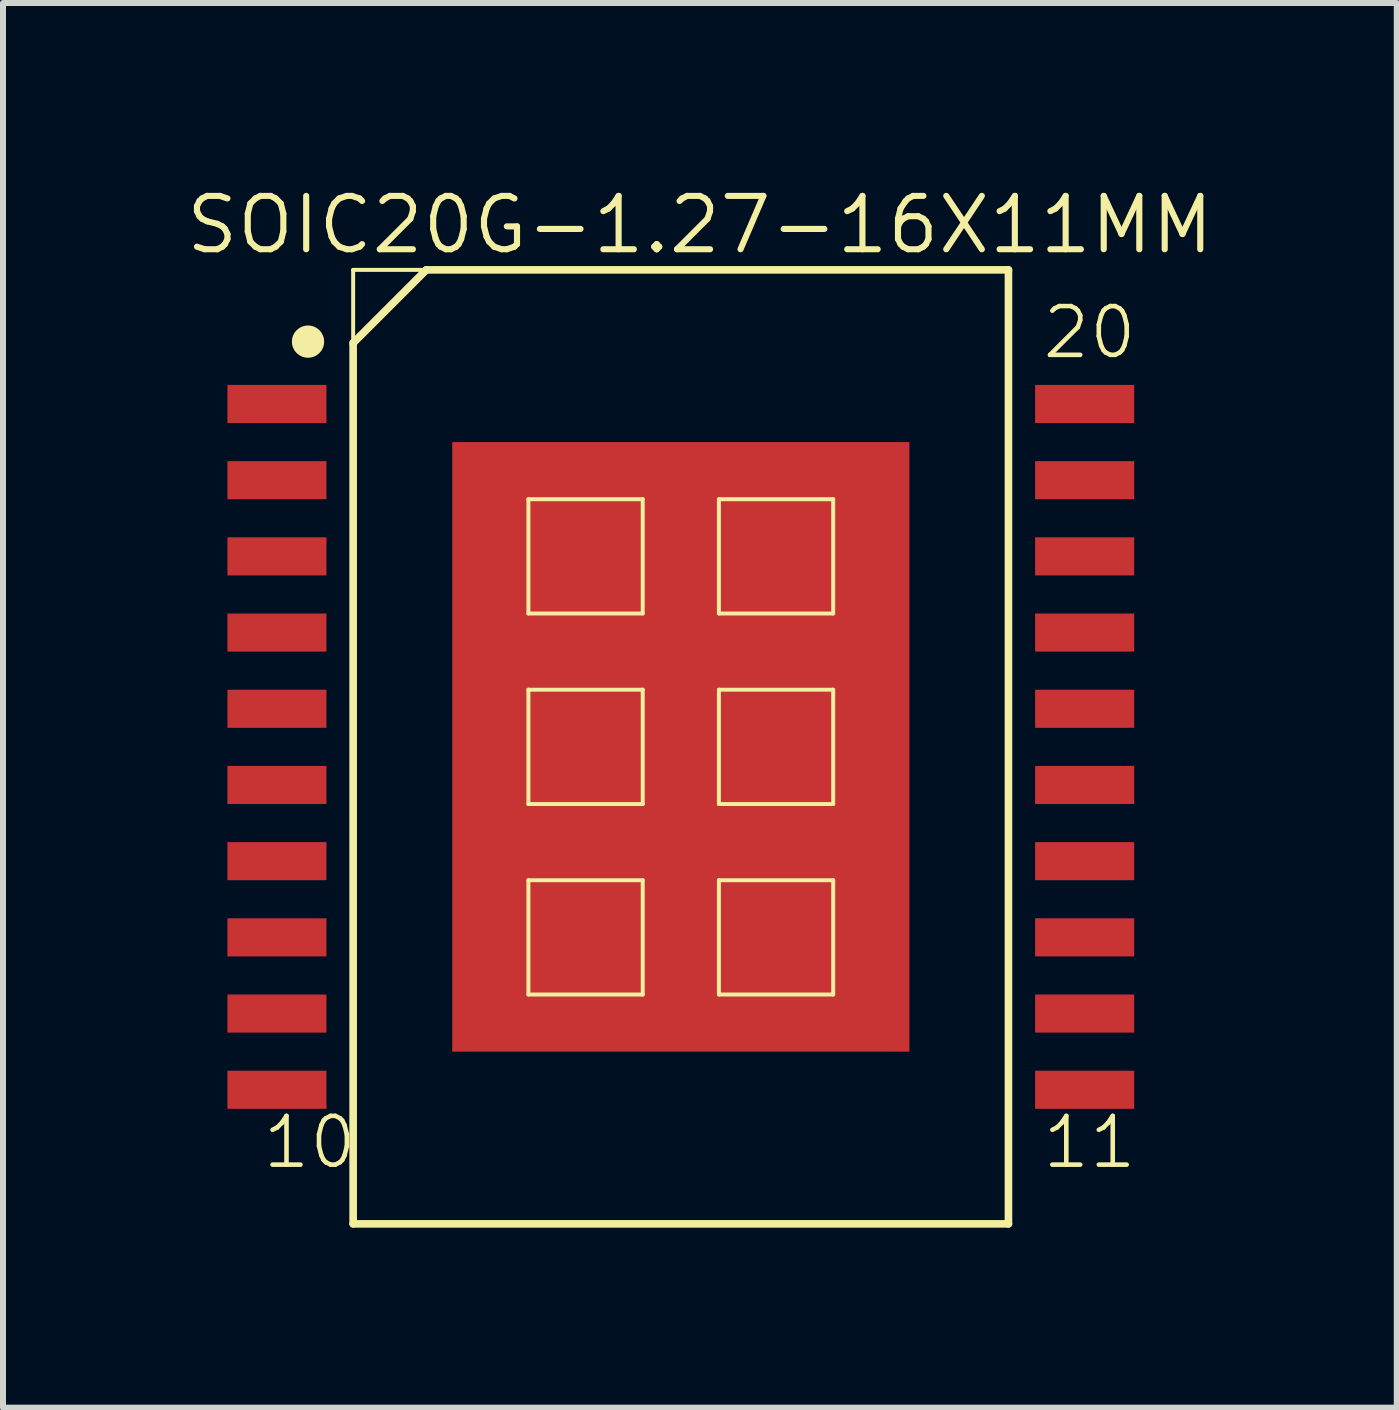
<source format=kicad_pcb>
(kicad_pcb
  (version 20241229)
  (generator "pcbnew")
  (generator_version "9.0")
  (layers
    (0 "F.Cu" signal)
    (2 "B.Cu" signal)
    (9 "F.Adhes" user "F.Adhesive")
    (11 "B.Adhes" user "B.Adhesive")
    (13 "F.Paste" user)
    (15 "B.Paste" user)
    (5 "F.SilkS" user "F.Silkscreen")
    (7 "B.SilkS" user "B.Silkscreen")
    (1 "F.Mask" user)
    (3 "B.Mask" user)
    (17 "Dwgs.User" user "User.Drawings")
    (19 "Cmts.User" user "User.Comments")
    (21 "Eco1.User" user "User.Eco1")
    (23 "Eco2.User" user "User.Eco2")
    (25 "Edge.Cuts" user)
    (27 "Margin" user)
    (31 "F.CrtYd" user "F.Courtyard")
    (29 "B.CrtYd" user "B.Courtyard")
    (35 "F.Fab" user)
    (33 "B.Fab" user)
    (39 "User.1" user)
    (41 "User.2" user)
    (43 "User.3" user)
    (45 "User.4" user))
  (footprint "SOIC20G-1.27-16X11MM"
    (layer "F.Cu")
    (at 8.297 9.398)
    (property "Reference" "SOIC20G-1.27-16X11MM" (at 0.318 -8.7 0) (layer "F.SilkS") (effects (font (size 0.889 0.889) (thickness 0.102))))
    (attr smd)
    (fp_line (start -5.461 -7.95) (end 5.461 -7.95) (stroke (width 0.066) (type solid)) (layer "F.SilkS"))
    (fp_line (start -5.461 -6.731) (end -5.461 7.95) (stroke (width 0.127) (type solid)) (layer "F.SilkS"))
    (fp_line (start -5.461 -6.731) (end -4.242 -7.95) (stroke (width 0.127) (type solid)) (layer "F.SilkS"))
    (fp_line (start -5.461 7.95) (end -5.461 -7.95) (stroke (width 0.066) (type solid)) (layer "F.SilkS"))
    (fp_line (start -5.461 7.95) (end 5.461 7.95) (stroke (width 0.066) (type solid)) (layer "F.SilkS"))
    (fp_line (start -5.461 7.95) (end 5.461 7.95) (stroke (width 0.127) (type solid)) (layer "F.SilkS"))
    (fp_line (start -2.54 -4.128) (end -0.635 -4.128) (stroke (width 0.066) (type solid)) (layer "F.SilkS"))
    (fp_line (start -2.54 -2.223) (end -2.54 -4.128) (stroke (width 0.066) (type solid)) (layer "F.SilkS"))
    (fp_line (start -2.54 -2.223) (end -0.635 -2.223) (stroke (width 0.066) (type solid)) (layer "F.SilkS"))
    (fp_line (start -2.54 -0.953) (end -0.635 -0.953) (stroke (width 0.066) (type solid)) (layer "F.SilkS"))
    (fp_line (start -2.54 0.953) (end -2.54 -0.953) (stroke (width 0.066) (type solid)) (layer "F.SilkS"))
    (fp_line (start -2.54 0.953) (end -0.635 0.953) (stroke (width 0.066) (type solid)) (layer "F.SilkS"))
    (fp_line (start -2.54 2.223) (end -0.635 2.223) (stroke (width 0.066) (type solid)) (layer "F.SilkS"))
    (fp_line (start -2.54 4.128) (end -2.54 2.223) (stroke (width 0.066) (type solid)) (layer "F.SilkS"))
    (fp_line (start -2.54 4.128) (end -0.635 4.128) (stroke (width 0.066) (type solid)) (layer "F.SilkS"))
    (fp_line (start -0.635 -2.223) (end -0.635 -4.128) (stroke (width 0.066) (type solid)) (layer "F.SilkS"))
    (fp_line (start -0.635 0.953) (end -0.635 -0.953) (stroke (width 0.066) (type solid)) (layer "F.SilkS"))
    (fp_line (start -0.635 4.128) (end -0.635 2.223) (stroke (width 0.066) (type solid)) (layer "F.SilkS"))
    (fp_line (start 0.635 -4.128) (end 2.54 -4.128) (stroke (width 0.066) (type solid)) (layer "F.SilkS"))
    (fp_line (start 0.635 -2.223) (end 0.635 -4.128) (stroke (width 0.066) (type solid)) (layer "F.SilkS"))
    (fp_line (start 0.635 -2.223) (end 2.54 -2.223) (stroke (width 0.066) (type solid)) (layer "F.SilkS"))
    (fp_line (start 0.635 -0.953) (end 2.54 -0.953) (stroke (width 0.066) (type solid)) (layer "F.SilkS"))
    (fp_line (start 0.635 0.953) (end 0.635 -0.953) (stroke (width 0.066) (type solid)) (layer "F.SilkS"))
    (fp_line (start 0.635 0.953) (end 2.54 0.953) (stroke (width 0.066) (type solid)) (layer "F.SilkS"))
    (fp_line (start 0.635 2.223) (end 2.54 2.223) (stroke (width 0.066) (type solid)) (layer "F.SilkS"))
    (fp_line (start 0.635 4.128) (end 0.635 2.223) (stroke (width 0.066) (type solid)) (layer "F.SilkS"))
    (fp_line (start 0.635 4.128) (end 2.54 4.128) (stroke (width 0.066) (type solid)) (layer "F.SilkS"))
    (fp_line (start 2.54 -2.223) (end 2.54 -4.128) (stroke (width 0.066) (type solid)) (layer "F.SilkS"))
    (fp_line (start 2.54 0.953) (end 2.54 -0.953) (stroke (width 0.066) (type solid)) (layer "F.SilkS"))
    (fp_line (start 2.54 4.128) (end 2.54 2.223) (stroke (width 0.066) (type solid)) (layer "F.SilkS"))
    (fp_line (start 5.461 -7.95) (end -4.242 -7.95) (stroke (width 0.127) (type solid)) (layer "F.SilkS"))
    (fp_line (start 5.461 -7.95) (end 5.461 7.95) (stroke (width 0.127) (type solid)) (layer "F.SilkS"))
    (fp_line (start 5.461 7.95) (end 5.461 -7.95) (stroke (width 0.066) (type solid)) (layer "F.SilkS"))
    (fp_circle (center -6.213 -6.754) (end -6.403 -6.944) (stroke (width 0) (type solid)) (fill yes) (layer "F.SilkS"))
    (fp_text user "11" (at 6.812 6.591 0) (layer "F.SilkS") (effects (font (size 0.813 0.813) (thickness 0.076))))
    (fp_text user "20" (at 6.812 -6.906 0) (layer "F.SilkS") (effects (font (size 0.813 0.813) (thickness 0.076))))
    (fp_text user "10" (at -6.185 6.591 0) (layer "F.SilkS") (effects (font (size 0.813 0.813) (thickness 0.076))))
    (pad "1" smd rect (at -6.731 -5.715) (size 1.651 0.635) (layers "F.Cu" "F.Mask" "F.Paste"))
    (pad "2" smd rect (at -6.731 -4.445) (size 1.651 0.635) (layers "F.Cu" "F.Mask" "F.Paste"))
    (pad "3" smd rect (at -6.731 -3.175) (size 1.651 0.635) (layers "F.Cu" "F.Mask" "F.Paste"))
    (pad "4" smd rect (at -6.731 -1.905) (size 1.651 0.635) (layers "F.Cu" "F.Mask" "F.Paste"))
    (pad "5" smd rect (at -6.731 -0.635) (size 1.651 0.635) (layers "F.Cu" "F.Mask" "F.Paste"))
    (pad "6" smd rect (at -6.731 0.635) (size 1.651 0.635) (layers "F.Cu" "F.Mask" "F.Paste"))
    (pad "7" smd rect (at -6.731 1.905) (size 1.651 0.635) (layers "F.Cu" "F.Mask" "F.Paste"))
    (pad "8" smd rect (at -6.731 3.175) (size 1.651 0.635) (layers "F.Cu" "F.Mask" "F.Paste"))
    (pad "9" smd rect (at -6.731 4.445) (size 1.651 0.635) (layers "F.Cu" "F.Mask" "F.Paste"))
    (pad "10" smd rect (at -6.731 5.715) (size 1.651 0.635) (layers "F.Cu" "F.Mask" "F.Paste"))
    (pad "11" smd rect (at 6.731 5.715) (size 1.651 0.635) (layers "F.Cu" "F.Mask" "F.Paste"))
    (pad "12" smd rect (at 6.731 4.445) (size 1.651 0.635) (layers "F.Cu" "F.Mask" "F.Paste"))
    (pad "13" smd rect (at 6.731 3.175) (size 1.651 0.635) (layers "F.Cu" "F.Mask" "F.Paste"))
    (pad "14" smd rect (at 6.731 1.905) (size 1.651 0.635) (layers "F.Cu" "F.Mask" "F.Paste"))
    (pad "15" smd rect (at 6.731 0.635) (size 1.651 0.635) (layers "F.Cu" "F.Mask" "F.Paste"))
    (pad "16" smd rect (at 6.731 -0.635) (size 1.651 0.635) (layers "F.Cu" "F.Mask" "F.Paste"))
    (pad "17" smd rect (at 6.731 -1.905) (size 1.651 0.635) (layers "F.Cu" "F.Mask" "F.Paste"))
    (pad "18" smd rect (at 6.731 -3.175) (size 1.651 0.635) (layers "F.Cu" "F.Mask" "F.Paste"))
    (pad "19" smd rect (at 6.731 -4.445) (size 1.651 0.635) (layers "F.Cu" "F.Mask" "F.Paste"))
    (pad "20" smd rect (at 6.731 -5.715) (size 1.651 0.635) (layers "F.Cu" "F.Mask" "F.Paste"))
    (pad "THER" smd rect (at 0 0 90) (size 10.16 7.62) (layers "F.Cu" "F.Mask" "F.Paste")))
  (gr_rect
    (start -3 -3)
    (end 20.23 20.412)
    (stroke (width 0.1) (type default))
    (fill no)
    (layer "Edge.Cuts")))
</source>
